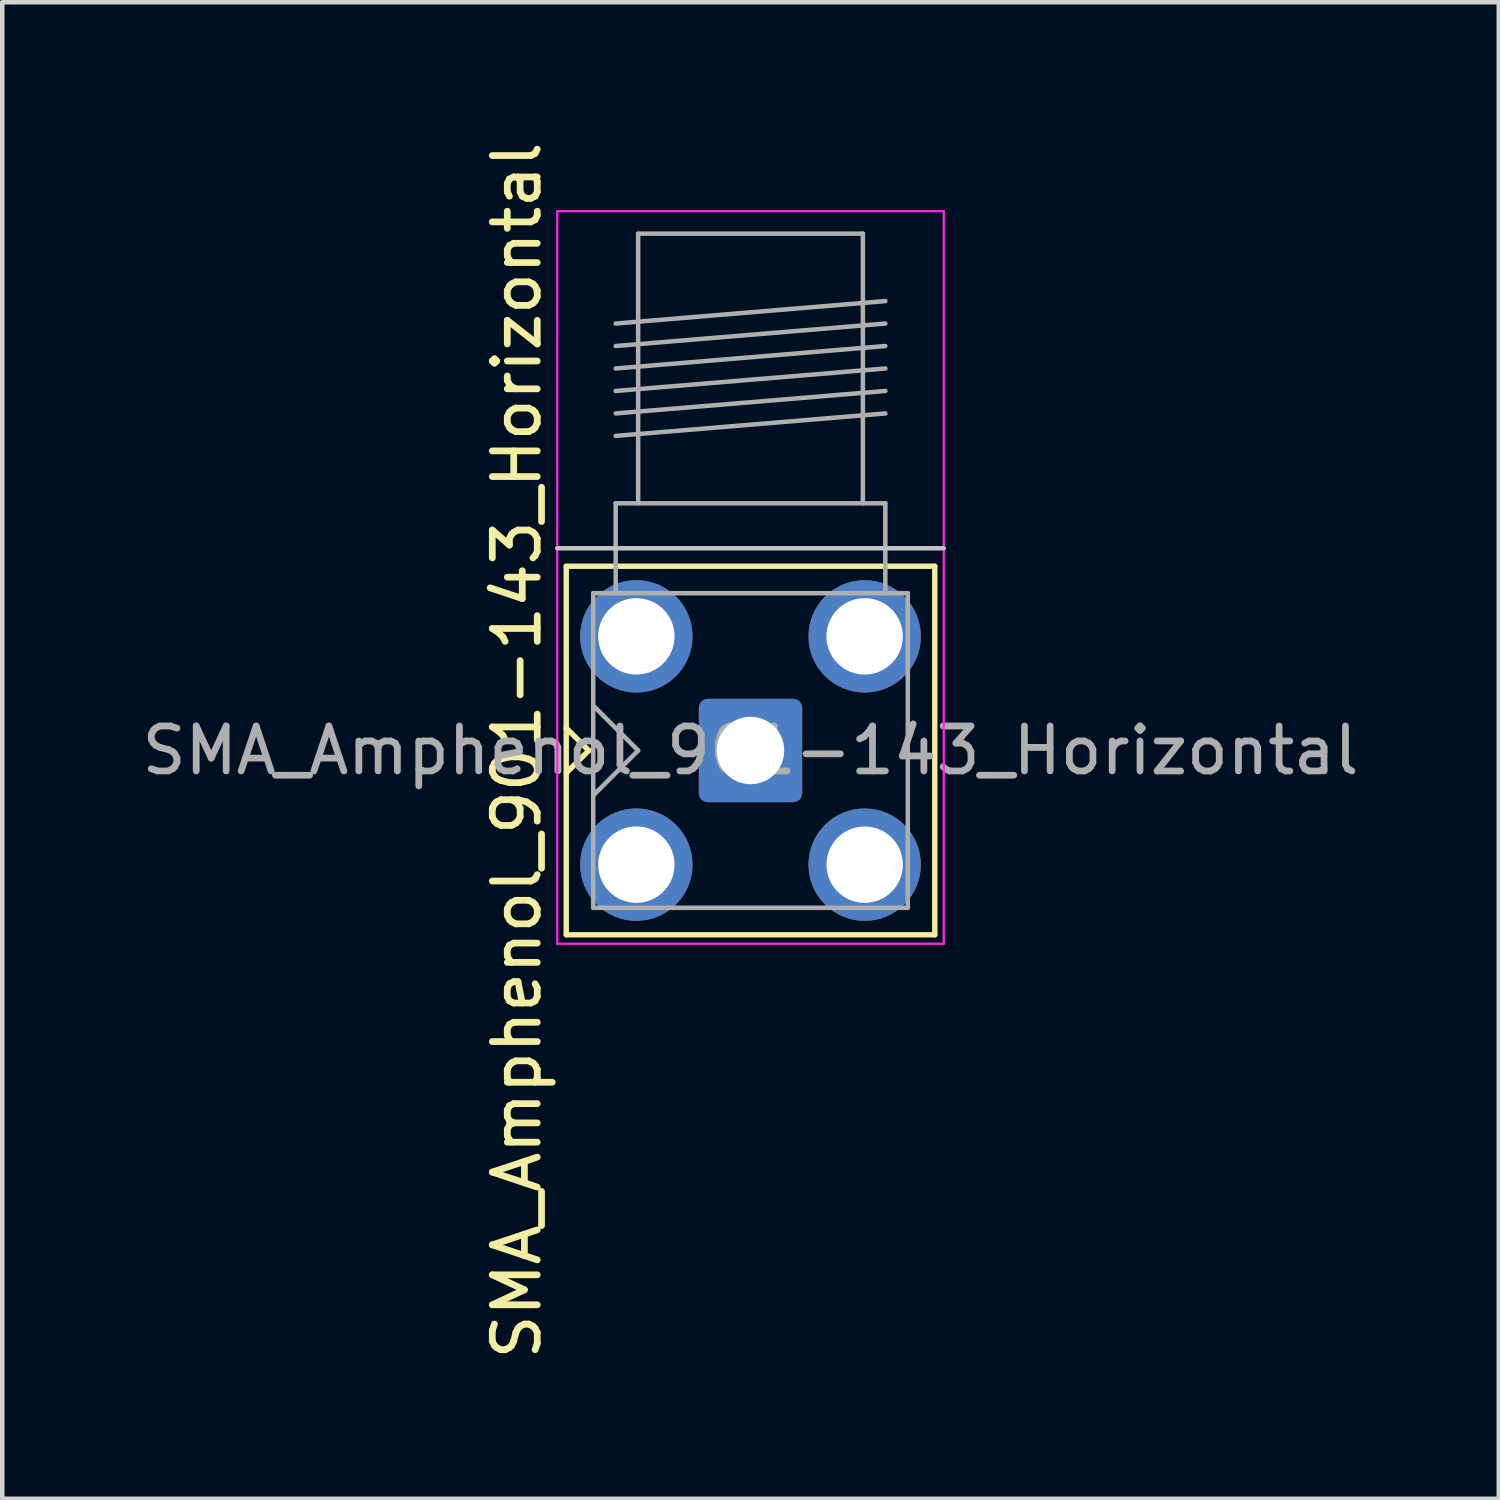
<source format=kicad_pcb>
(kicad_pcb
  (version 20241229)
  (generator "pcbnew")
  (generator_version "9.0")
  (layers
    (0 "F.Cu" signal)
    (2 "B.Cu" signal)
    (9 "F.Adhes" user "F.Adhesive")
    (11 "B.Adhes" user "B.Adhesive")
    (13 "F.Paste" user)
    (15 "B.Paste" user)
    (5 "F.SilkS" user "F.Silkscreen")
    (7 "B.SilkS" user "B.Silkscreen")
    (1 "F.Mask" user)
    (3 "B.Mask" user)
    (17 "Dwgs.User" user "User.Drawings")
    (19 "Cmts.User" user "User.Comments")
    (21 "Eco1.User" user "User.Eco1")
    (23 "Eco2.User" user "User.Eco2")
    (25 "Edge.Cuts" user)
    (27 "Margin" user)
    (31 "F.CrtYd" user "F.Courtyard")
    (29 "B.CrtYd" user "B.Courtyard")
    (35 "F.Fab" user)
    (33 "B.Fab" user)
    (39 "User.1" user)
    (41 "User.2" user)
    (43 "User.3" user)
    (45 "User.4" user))
  (footprint "SMA_Amphenol_901-143_Horizontal"
    (layer "F.Cu")
    (at 13.649 13.649)
    (property "Reference" "SMA_Amphenol_901-143_Horizontal" (at -5.2 0 90) (layer "F.SilkS") (effects (font (size 1 1) (thickness 0.15))))
    (attr through_hole)
    (fp_line (start -4.1 -4.1) (end -4.1 4.1) (stroke (width 0.12) (type solid)) (layer "F.SilkS"))
    (fp_line (start -4.1 -4.1) (end 4.1 -4.1) (stroke (width 0.12) (type solid)) (layer "F.SilkS"))
    (fp_line (start -4.1 0.5) (end -3.6 0) (stroke (width 0.12) (type solid)) (layer "F.SilkS"))
    (fp_line (start -4.1 4.1) (end 4.1 4.1) (stroke (width 0.12) (type solid)) (layer "F.SilkS"))
    (fp_line (start -3.6 0) (end -4.1 -0.5) (stroke (width 0.12) (type solid)) (layer "F.SilkS"))
    (fp_line (start 4.1 -4.1) (end 4.1 4.1) (stroke (width 0.12) (type solid)) (layer "F.SilkS"))
    (fp_line (start 4.3 -4.5) (end -4.3 -4.5) (stroke (width 0.1) (type solid)) (layer "Dwgs.User"))
    (fp_line (start -4.3 -12) (end -4.3 4.3) (stroke (width 0.05) (type solid)) (layer "F.CrtYd"))
    (fp_line (start -4.3 -12) (end 4.3 -12) (stroke (width 0.05) (type solid)) (layer "F.CrtYd"))
    (fp_line (start 4.3 4.3) (end -4.3 4.3) (stroke (width 0.05) (type solid)) (layer "F.CrtYd"))
    (fp_line (start 4.3 4.3) (end 4.3 -12) (stroke (width 0.05) (type solid)) (layer "F.CrtYd"))
    (fp_line (start -3.5 -3.5) (end -3.5 3.5) (stroke (width 0.1) (type solid)) (layer "F.Fab"))
    (fp_line (start -3.5 -3.5) (end 3.5 -3.5) (stroke (width 0.1) (type solid)) (layer "F.Fab"))
    (fp_line (start -3.5 -1) (end -2.5 0) (stroke (width 0.1) (type solid)) (layer "F.Fab"))
    (fp_line (start -3.5 3.5) (end 3.5 3.5) (stroke (width 0.1) (type solid)) (layer "F.Fab"))
    (fp_line (start -3 -9.5) (end 3 -10) (stroke (width 0.1) (type solid)) (layer "F.Fab"))
    (fp_line (start -3 -9) (end 3 -9.5) (stroke (width 0.1) (type solid)) (layer "F.Fab"))
    (fp_line (start -3 -8.5) (end 3 -9) (stroke (width 0.1) (type solid)) (layer "F.Fab"))
    (fp_line (start -3 -8) (end 3 -8.5) (stroke (width 0.1) (type solid)) (layer "F.Fab"))
    (fp_line (start -3 -7.5) (end 3 -8) (stroke (width 0.1) (type solid)) (layer "F.Fab"))
    (fp_line (start -3 -7) (end 3 -7.5) (stroke (width 0.1) (type solid)) (layer "F.Fab"))
    (fp_line (start -3 -5.5) (end -3 -3.5) (stroke (width 0.1) (type solid)) (layer "F.Fab"))
    (fp_line (start -2.5 -11.5) (end -2.5 -5.5) (stroke (width 0.1) (type solid)) (layer "F.Fab"))
    (fp_line (start -2.5 -11.5) (end 2.5 -11.5) (stroke (width 0.1) (type solid)) (layer "F.Fab"))
    (fp_line (start -2.5 0) (end -3.5 1) (stroke (width 0.1) (type solid)) (layer "F.Fab"))
    (fp_line (start 2.5 -11.5) (end 2.5 -5.5) (stroke (width 0.1) (type solid)) (layer "F.Fab"))
    (fp_line (start 3 -5.5) (end -3 -5.5) (stroke (width 0.1) (type solid)) (layer "F.Fab"))
    (fp_line (start 3 -5.5) (end 3 -3.5) (stroke (width 0.1) (type solid)) (layer "F.Fab"))
    (fp_line (start 3.5 -3.5) (end 3.5 3.5) (stroke (width 0.1) (type solid)) (layer "F.Fab"))
    (fp_text user "${REFERENCE}" (at 0 0 0) (layer "F.Fab") (effects (font (size 1 1) (thickness 0.15))))
    (pad "1" thru_hole roundrect (at 0 0) (size 2.3 2.3) (drill 1.5) (layers "*.Cu" "*.Mask") (remove_unused_layers yes) (keep_end_layers yes) (zone_layer_connections) (roundrect_rratio 0.087))
    (pad "2" thru_hole circle (at -2.54 -2.54) (size 2.5 2.5) (drill 1.7) (layers "*.Cu" "*.Mask") (remove_unused_layers yes) (keep_end_layers yes) (zone_layer_connections))
    (pad "2" thru_hole circle (at -2.54 2.54) (size 2.5 2.5) (drill 1.7) (layers "*.Cu" "*.Mask") (remove_unused_layers yes) (keep_end_layers yes) (zone_layer_connections))
    (pad "2" thru_hole circle (at 2.54 -2.54) (size 2.5 2.5) (drill 1.7) (layers "*.Cu" "*.Mask") (remove_unused_layers yes) (keep_end_layers yes) (zone_layer_connections))
    (pad "2" thru_hole circle (at 2.54 2.54) (size 2.5 2.5) (drill 1.7) (layers "*.Cu" "*.Mask") (remove_unused_layers yes) (keep_end_layers yes) (zone_layer_connections)))
  (gr_rect
    (start -3 -3)
    (end 30.298 30.298)
    (stroke (width 0.1) (type default))
    (fill no)
    (layer "Edge.Cuts")))
</source>
